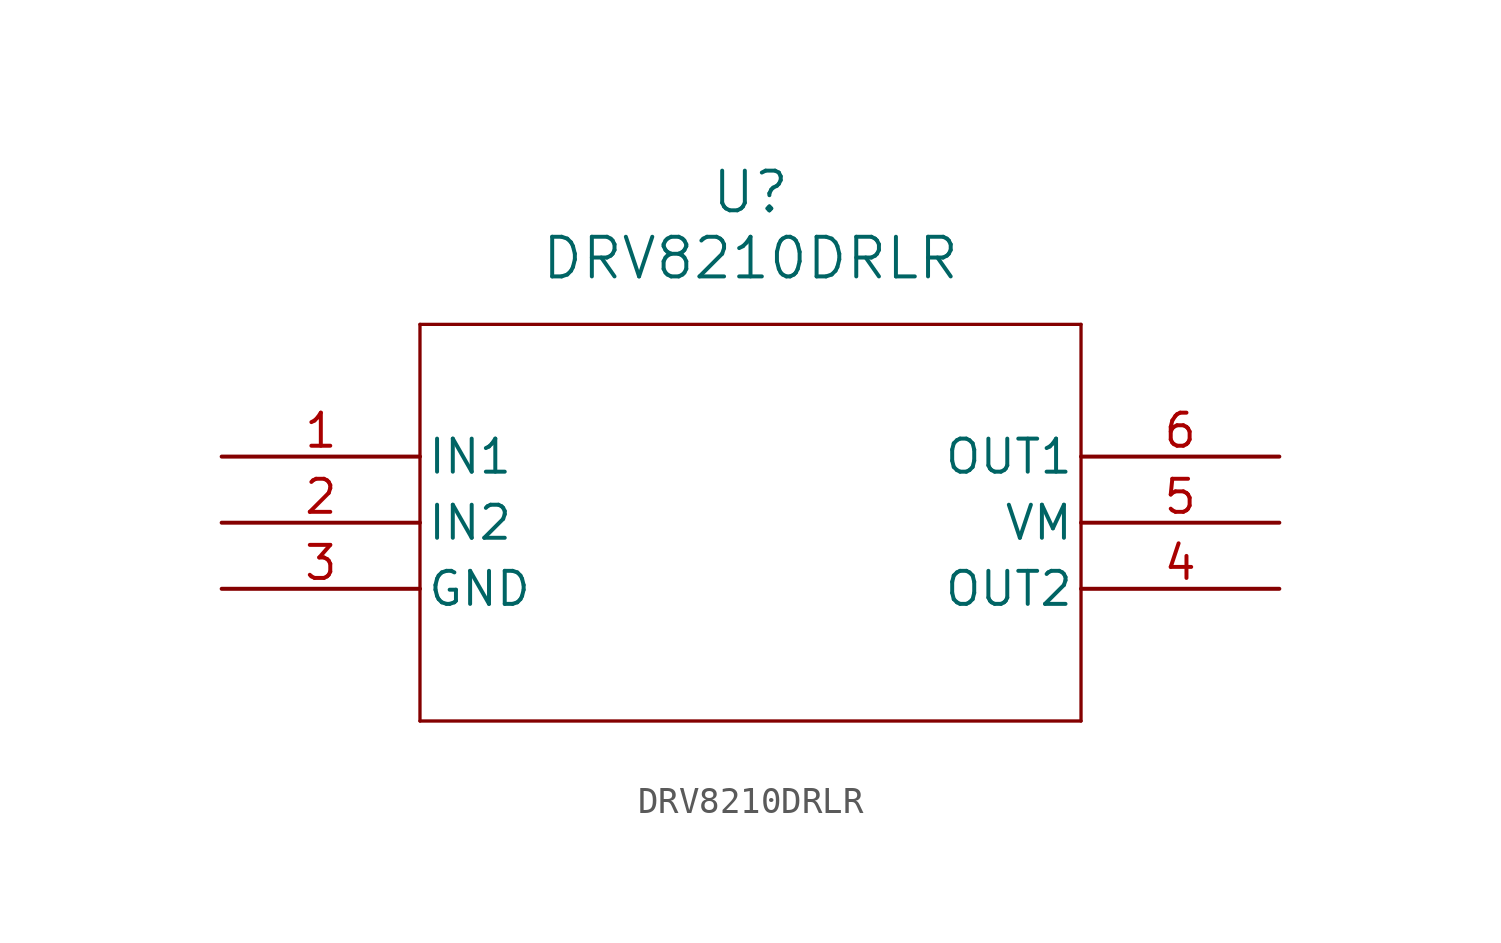
<source format=kicad_sym>
(kicad_symbol_lib
  (version 20211014)
  (generator kicad_symbol_editor)
  (symbol "DRV8210DRLR"
    (pin_names
      (offset 0.254))
    (property "Reference" "U"
      (at 20.32 10.16 0)
      (effects (font (size 1.524 1.524))))
    (property "Value" "DRV8210DRLR"
      (at 20.32 7.62 0)
      (effects (font (size 1.524 1.524))))
    (symbol "DRV8210DRLR_0_1"
      (polyline (pts (xy 7.62 5.08) (xy 7.62 -10.16)) (stroke (width 0.127) (type default) (color 0 0 0 0)) (fill (type none)))
      (polyline (pts (xy 7.62 -10.16) (xy 33.02 -10.16)) (stroke (width 0.127) (type default) (color 0 0 0 0)) (fill (type none)))
      (polyline (pts (xy 33.02 -10.16) (xy 33.02 5.08)) (stroke (width 0.127) (type default) (color 0 0 0 0)) (fill (type none)))
      (polyline (pts (xy 33.02 5.08) (xy 7.62 5.08)) (stroke (width 0.127) (type default) (color 0 0 0 0)) (fill (type none)))
      (pin input line (at 0 0 0) (length 7.62) (name "IN1" (effects (font (size 1.27 1.27)))) (number "1" (effects (font (size 1.27 1.27)))))
      (pin input line (at 0 -2.54 0) (length 7.62) (name "IN2" (effects (font (size 1.27 1.27)))) (number "2" (effects (font (size 1.27 1.27)))))
      (pin power_out line (at 0 -5.08 0) (length 7.62) (name "GND" (effects (font (size 1.27 1.27)))) (number "3" (effects (font (size 1.27 1.27)))))
      (pin output line (at 40.64 -5.08 180) (length 7.62) (name "OUT2" (effects (font (size 1.27 1.27)))) (number "4" (effects (font (size 1.27 1.27)))))
      (pin unspecified line (at 40.64 -2.54 180) (length 7.62) (name "VM" (effects (font (size 1.27 1.27)))) (number "5" (effects (font (size 1.27 1.27)))))
      (pin output line (at 40.64 0 180) (length 7.62) (name "OUT1" (effects (font (size 1.27 1.27)))) (number "6" (effects (font (size 1.27 1.27))))))))
</source>
